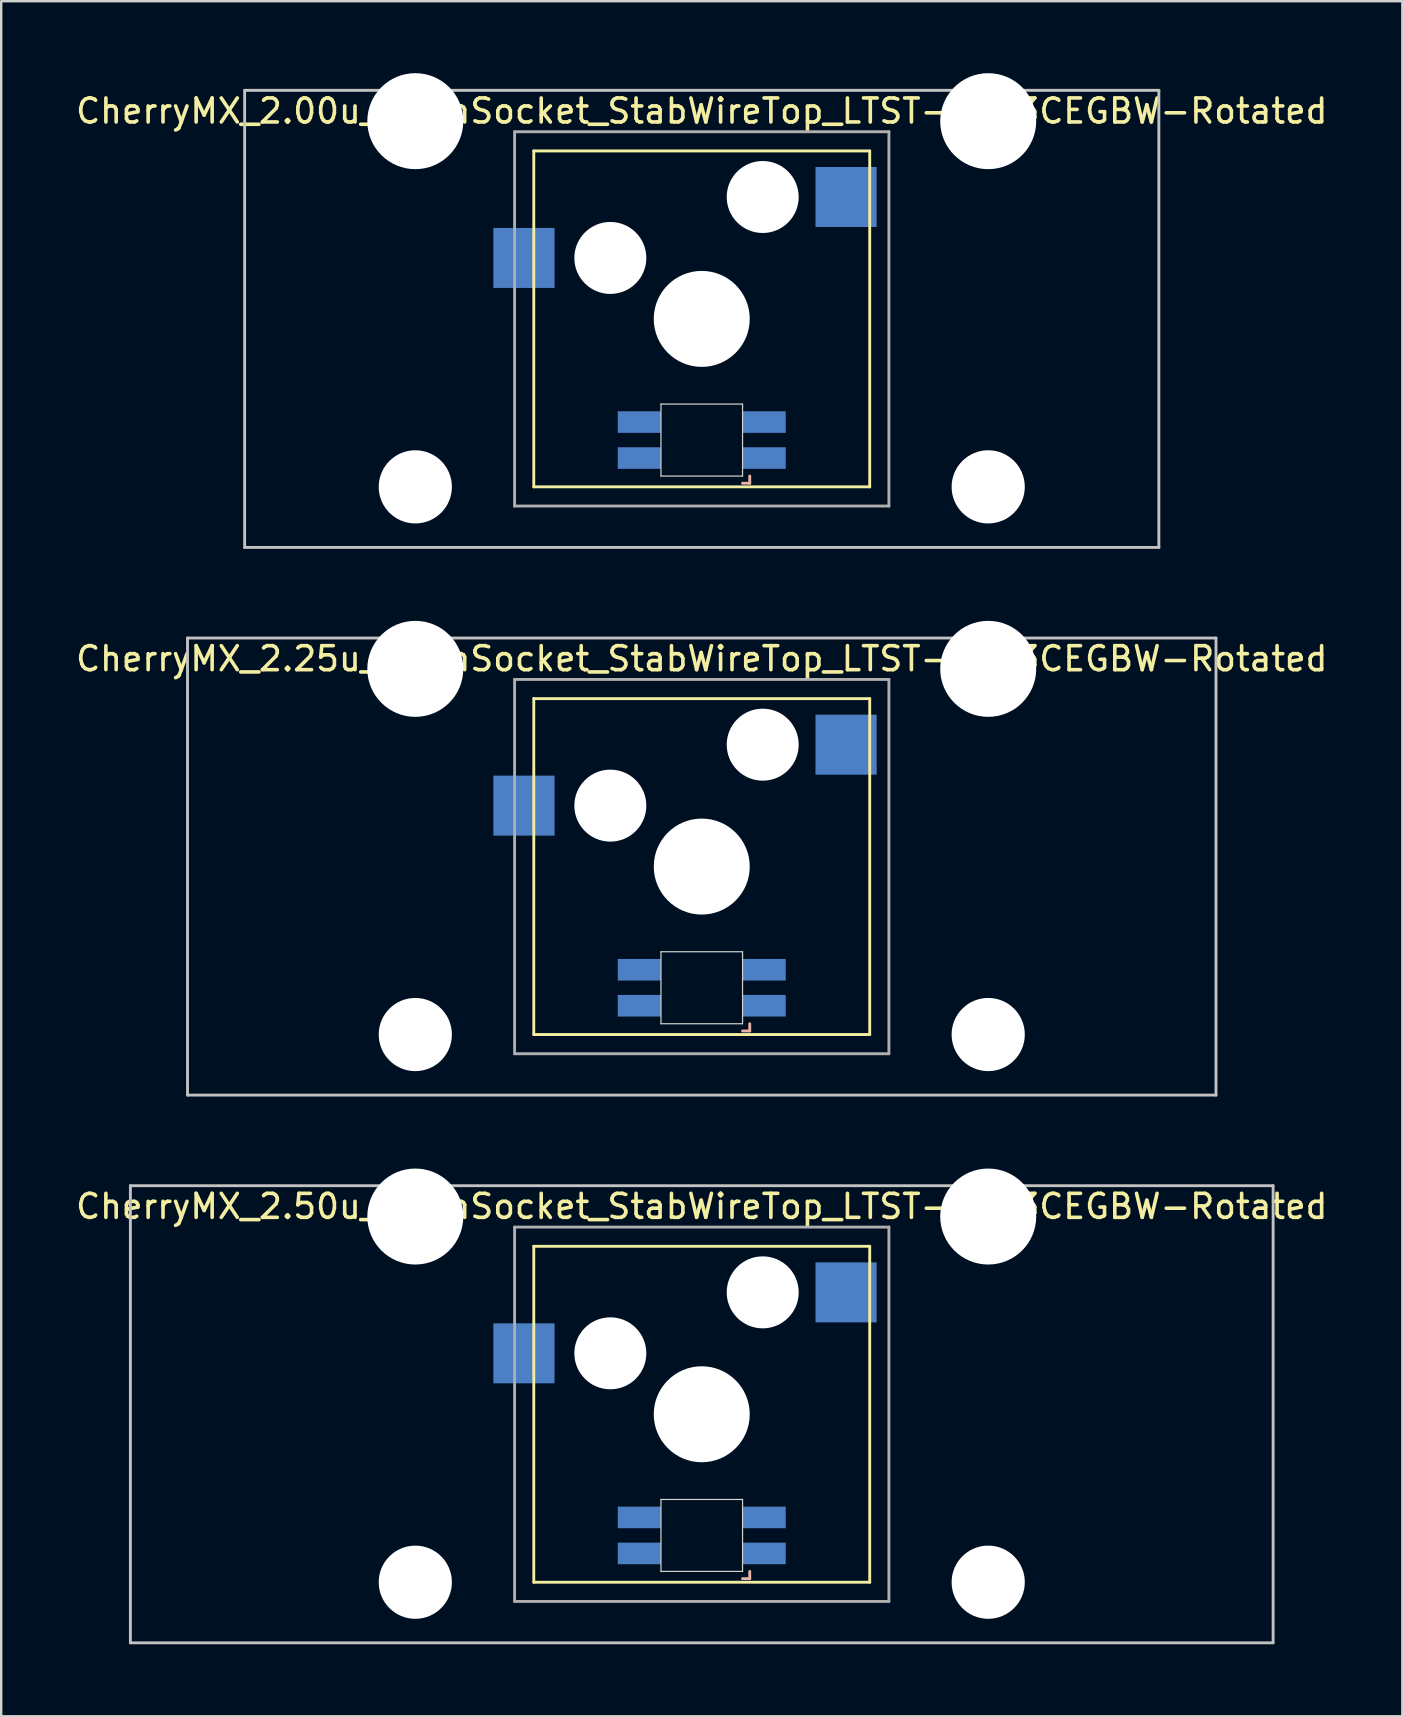
<source format=kicad_pcb>
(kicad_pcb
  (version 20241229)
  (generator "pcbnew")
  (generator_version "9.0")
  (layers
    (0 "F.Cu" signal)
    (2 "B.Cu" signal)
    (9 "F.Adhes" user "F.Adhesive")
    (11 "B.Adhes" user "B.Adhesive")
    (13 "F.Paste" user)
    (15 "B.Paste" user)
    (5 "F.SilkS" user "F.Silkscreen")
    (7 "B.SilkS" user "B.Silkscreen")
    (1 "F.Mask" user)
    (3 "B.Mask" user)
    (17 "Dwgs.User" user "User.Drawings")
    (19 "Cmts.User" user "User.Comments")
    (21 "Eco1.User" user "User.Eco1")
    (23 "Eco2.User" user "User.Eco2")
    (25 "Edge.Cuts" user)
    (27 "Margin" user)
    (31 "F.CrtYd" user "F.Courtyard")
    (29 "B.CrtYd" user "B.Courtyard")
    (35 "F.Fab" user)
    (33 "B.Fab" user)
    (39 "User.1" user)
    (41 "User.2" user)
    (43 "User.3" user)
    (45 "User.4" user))
  (footprint "CherryMX_2.25u_KailhSocket_StabWireTop_LTST-A683CEGBW-Rotated"
    (layer "F.Cu")
    (at 26.196 33.065)
    (property "Reference" "CherryMX_2.25u_KailhSocket_StabWireTop_LTST-A683CEGBW-Rotated" (at 0 -8.662 0) (layer "F.SilkS") (effects (font (size 1 1) (thickness 0.15))))
    (attr through_hole)
    (fp_line (start -7 -7) (end -7 7) (stroke (width 0.12) (type solid)) (layer "F.SilkS"))
    (fp_line (start -7 -7) (end 7 -7) (stroke (width 0.12) (type solid)) (layer "F.SilkS"))
    (fp_line (start 7 -7) (end 7 7) (stroke (width 0.12) (type solid)) (layer "F.SilkS"))
    (fp_line (start 7 7) (end -7 7) (stroke (width 0.12) (type solid)) (layer "F.SilkS"))
    (fp_line (start 1.7 6.85) (end 2 6.85) (stroke (width 0.12) (type solid)) (layer "B.SilkS"))
    (fp_line (start 2 6.85) (end 2 6.55) (stroke (width 0.12) (type solid)) (layer "B.SilkS"))
    (fp_line (start -21.431 -9.525) (end 21.431 -9.525) (stroke (width 0.12) (type solid)) (layer "Dwgs.User"))
    (fp_line (start -21.431 9.525) (end -21.431 -9.525) (stroke (width 0.12) (type solid)) (layer "Dwgs.User"))
    (fp_line (start 21.431 -9.525) (end 21.431 9.525) (stroke (width 0.12) (type solid)) (layer "Dwgs.User"))
    (fp_line (start 21.431 9.525) (end -21.431 9.525) (stroke (width 0.12) (type solid)) (layer "Dwgs.User"))
    (fp_line (start -1.7 3.55) (end 1.7 3.55) (stroke (width 0.05) (type solid)) (layer "Edge.Cuts"))
    (fp_line (start -1.7 6.55) (end -1.7 3.55) (stroke (width 0.05) (type solid)) (layer "Edge.Cuts"))
    (fp_line (start 1.7 3.55) (end 1.7 6.55) (stroke (width 0.05) (type solid)) (layer "Edge.Cuts"))
    (fp_line (start 1.7 6.55) (end -1.7 6.55) (stroke (width 0.05) (type solid)) (layer "Edge.Cuts"))
    (fp_line (start -7.8 -7.8) (end -7.8 7.8) (stroke (width 0.12) (type solid)) (layer "F.Fab"))
    (fp_line (start -7.8 -7.8) (end 7.8 -7.8) (stroke (width 0.12) (type solid)) (layer "F.Fab"))
    (fp_line (start -7.8 7.8) (end 7.8 7.8) (stroke (width 0.12) (type solid)) (layer "F.Fab"))
    (fp_line (start 7.8 -7.8) (end 7.8 7.8) (stroke (width 0.12) (type solid)) (layer "F.Fab"))
    (pad "" np_thru_hole circle (at -11.938 -8.24) (size 4 4) (drill 4) (layers "*.Cu" "*.Mask"))
    (pad "" np_thru_hole circle (at -11.938 7) (size 3.05 3.05) (drill 3.05) (layers "*.Cu" "*.Mask"))
    (pad "" np_thru_hole circle (at -3.81 -2.54) (size 3 3) (drill 3) (layers "*.Cu" "*.Mask"))
    (pad "" np_thru_hole circle (at 0 0) (size 4 4) (drill 4) (layers "*.Cu" "*.Mask"))
    (pad "" np_thru_hole circle (at 2.54 -5.08) (size 3 3) (drill 3) (layers "*.Cu" "*.Mask"))
    (pad "" np_thru_hole circle (at 11.938 -8.24) (size 4 4) (drill 4) (layers "*.Cu" "*.Mask"))
    (pad "" np_thru_hole circle (at 11.938 7) (size 3.05 3.05) (drill 3.05) (layers "*.Cu" "*.Mask"))
    (pad "1" smd rect (at -7.41 -2.54) (size 2.55 2.5) (layers "B.Cu" "B.Mask" "B.Paste"))
    (pad "2" smd rect (at 6.015 -5.08) (size 2.55 2.5) (layers "B.Cu" "B.Mask" "B.Paste"))
    (pad "3" smd rect (at 2.6 5.8) (size 1.8 0.9) (layers "B.Cu" "B.Mask" "B.Paste"))
    (pad "4" smd rect (at 2.6 4.3) (size 1.8 0.9) (layers "B.Cu" "B.Mask" "B.Paste"))
    (pad "5" smd rect (at -2.6 5.8) (size 1.8 0.9) (layers "B.Cu" "B.Mask" "B.Paste"))
    (pad "6" smd rect (at -2.6 4.3) (size 1.8 0.9) (layers "B.Cu" "B.Mask" "B.Paste")))
  (footprint "CherryMX_2.50u_KailhSocket_StabWireTop_LTST-A683CEGBW-Rotated"
    (layer "F.Cu")
    (at 26.196 55.89)
    (property "Reference" "CherryMX_2.50u_KailhSocket_StabWireTop_LTST-A683CEGBW-Rotated" (at 0 -8.662 0) (layer "F.SilkS") (effects (font (size 1 1) (thickness 0.15))))
    (attr through_hole)
    (fp_line (start -7 -7) (end -7 7) (stroke (width 0.12) (type solid)) (layer "F.SilkS"))
    (fp_line (start -7 -7) (end 7 -7) (stroke (width 0.12) (type solid)) (layer "F.SilkS"))
    (fp_line (start 7 -7) (end 7 7) (stroke (width 0.12) (type solid)) (layer "F.SilkS"))
    (fp_line (start 7 7) (end -7 7) (stroke (width 0.12) (type solid)) (layer "F.SilkS"))
    (fp_line (start 1.7 6.85) (end 2 6.85) (stroke (width 0.12) (type solid)) (layer "B.SilkS"))
    (fp_line (start 2 6.85) (end 2 6.55) (stroke (width 0.12) (type solid)) (layer "B.SilkS"))
    (fp_line (start -23.812 -9.525) (end 23.812 -9.525) (stroke (width 0.12) (type solid)) (layer "Dwgs.User"))
    (fp_line (start -23.812 9.525) (end -23.812 -9.525) (stroke (width 0.12) (type solid)) (layer "Dwgs.User"))
    (fp_line (start 23.812 -9.525) (end 23.812 9.525) (stroke (width 0.12) (type solid)) (layer "Dwgs.User"))
    (fp_line (start 23.812 9.525) (end -23.812 9.525) (stroke (width 0.12) (type solid)) (layer "Dwgs.User"))
    (fp_line (start -1.7 3.55) (end 1.7 3.55) (stroke (width 0.05) (type solid)) (layer "Edge.Cuts"))
    (fp_line (start -1.7 6.55) (end -1.7 3.55) (stroke (width 0.05) (type solid)) (layer "Edge.Cuts"))
    (fp_line (start 1.7 3.55) (end 1.7 6.55) (stroke (width 0.05) (type solid)) (layer "Edge.Cuts"))
    (fp_line (start 1.7 6.55) (end -1.7 6.55) (stroke (width 0.05) (type solid)) (layer "Edge.Cuts"))
    (fp_line (start -7.8 -7.8) (end -7.8 7.8) (stroke (width 0.12) (type solid)) (layer "F.Fab"))
    (fp_line (start -7.8 -7.8) (end 7.8 -7.8) (stroke (width 0.12) (type solid)) (layer "F.Fab"))
    (fp_line (start -7.8 7.8) (end 7.8 7.8) (stroke (width 0.12) (type solid)) (layer "F.Fab"))
    (fp_line (start 7.8 -7.8) (end 7.8 7.8) (stroke (width 0.12) (type solid)) (layer "F.Fab"))
    (pad "" np_thru_hole circle (at -11.938 -8.24) (size 4 4) (drill 4) (layers "*.Cu" "*.Mask"))
    (pad "" np_thru_hole circle (at -11.938 7) (size 3.05 3.05) (drill 3.05) (layers "*.Cu" "*.Mask"))
    (pad "" np_thru_hole circle (at -3.81 -2.54) (size 3 3) (drill 3) (layers "*.Cu" "*.Mask"))
    (pad "" np_thru_hole circle (at 0 0) (size 4 4) (drill 4) (layers "*.Cu" "*.Mask"))
    (pad "" np_thru_hole circle (at 2.54 -5.08) (size 3 3) (drill 3) (layers "*.Cu" "*.Mask"))
    (pad "" np_thru_hole circle (at 11.938 -8.24) (size 4 4) (drill 4) (layers "*.Cu" "*.Mask"))
    (pad "" np_thru_hole circle (at 11.938 7) (size 3.05 3.05) (drill 3.05) (layers "*.Cu" "*.Mask"))
    (pad "1" smd rect (at -7.41 -2.54) (size 2.55 2.5) (layers "B.Cu" "B.Mask" "B.Paste"))
    (pad "2" smd rect (at 6.015 -5.08) (size 2.55 2.5) (layers "B.Cu" "B.Mask" "B.Paste"))
    (pad "3" smd rect (at 2.6 5.8) (size 1.8 0.9) (layers "B.Cu" "B.Mask" "B.Paste"))
    (pad "4" smd rect (at 2.6 4.3) (size 1.8 0.9) (layers "B.Cu" "B.Mask" "B.Paste"))
    (pad "5" smd rect (at -2.6 5.8) (size 1.8 0.9) (layers "B.Cu" "B.Mask" "B.Paste"))
    (pad "6" smd rect (at -2.6 4.3) (size 1.8 0.9) (layers "B.Cu" "B.Mask" "B.Paste")))
  (footprint "CherryMX_2.00u_KailhSocket_StabWireTop_LTST-A683CEGBW-Rotated"
    (layer "F.Cu")
    (at 26.196 10.24)
    (property "Reference" "CherryMX_2.00u_KailhSocket_StabWireTop_LTST-A683CEGBW-Rotated" (at 0 -8.662 0) (layer "F.SilkS") (effects (font (size 1 1) (thickness 0.15))))
    (attr through_hole)
    (fp_line (start -7 -7) (end -7 7) (stroke (width 0.12) (type solid)) (layer "F.SilkS"))
    (fp_line (start -7 -7) (end 7 -7) (stroke (width 0.12) (type solid)) (layer "F.SilkS"))
    (fp_line (start 7 -7) (end 7 7) (stroke (width 0.12) (type solid)) (layer "F.SilkS"))
    (fp_line (start 7 7) (end -7 7) (stroke (width 0.12) (type solid)) (layer "F.SilkS"))
    (fp_line (start 1.7 6.85) (end 2 6.85) (stroke (width 0.12) (type solid)) (layer "B.SilkS"))
    (fp_line (start 2 6.85) (end 2 6.55) (stroke (width 0.12) (type solid)) (layer "B.SilkS"))
    (fp_line (start -19.05 -9.525) (end 19.05 -9.525) (stroke (width 0.12) (type solid)) (layer "Dwgs.User"))
    (fp_line (start -19.05 9.525) (end -19.05 -9.525) (stroke (width 0.12) (type solid)) (layer "Dwgs.User"))
    (fp_line (start 19.05 -9.525) (end 19.05 9.525) (stroke (width 0.12) (type solid)) (layer "Dwgs.User"))
    (fp_line (start 19.05 9.525) (end -19.05 9.525) (stroke (width 0.12) (type solid)) (layer "Dwgs.User"))
    (fp_line (start -1.7 3.55) (end 1.7 3.55) (stroke (width 0.05) (type solid)) (layer "Edge.Cuts"))
    (fp_line (start -1.7 6.55) (end -1.7 3.55) (stroke (width 0.05) (type solid)) (layer "Edge.Cuts"))
    (fp_line (start 1.7 3.55) (end 1.7 6.55) (stroke (width 0.05) (type solid)) (layer "Edge.Cuts"))
    (fp_line (start 1.7 6.55) (end -1.7 6.55) (stroke (width 0.05) (type solid)) (layer "Edge.Cuts"))
    (fp_line (start -7.8 -7.8) (end -7.8 7.8) (stroke (width 0.12) (type solid)) (layer "F.Fab"))
    (fp_line (start -7.8 -7.8) (end 7.8 -7.8) (stroke (width 0.12) (type solid)) (layer "F.Fab"))
    (fp_line (start -7.8 7.8) (end 7.8 7.8) (stroke (width 0.12) (type solid)) (layer "F.Fab"))
    (fp_line (start 7.8 -7.8) (end 7.8 7.8) (stroke (width 0.12) (type solid)) (layer "F.Fab"))
    (pad "" np_thru_hole circle (at -11.938 -8.24) (size 4 4) (drill 4) (layers "*.Cu" "*.Mask"))
    (pad "" np_thru_hole circle (at -11.938 7) (size 3.05 3.05) (drill 3.05) (layers "*.Cu" "*.Mask"))
    (pad "" np_thru_hole circle (at -3.81 -2.54) (size 3 3) (drill 3) (layers "*.Cu" "*.Mask"))
    (pad "" np_thru_hole circle (at 0 0) (size 4 4) (drill 4) (layers "*.Cu" "*.Mask"))
    (pad "" np_thru_hole circle (at 2.54 -5.08) (size 3 3) (drill 3) (layers "*.Cu" "*.Mask"))
    (pad "" np_thru_hole circle (at 11.938 -8.24) (size 4 4) (drill 4) (layers "*.Cu" "*.Mask"))
    (pad "" np_thru_hole circle (at 11.938 7) (size 3.05 3.05) (drill 3.05) (layers "*.Cu" "*.Mask"))
    (pad "1" smd rect (at -7.41 -2.54) (size 2.55 2.5) (layers "B.Cu" "B.Mask" "B.Paste"))
    (pad "2" smd rect (at 6.015 -5.08) (size 2.55 2.5) (layers "B.Cu" "B.Mask" "B.Paste"))
    (pad "3" smd rect (at 2.6 5.8) (size 1.8 0.9) (layers "B.Cu" "B.Mask" "B.Paste"))
    (pad "4" smd rect (at 2.6 4.3) (size 1.8 0.9) (layers "B.Cu" "B.Mask" "B.Paste"))
    (pad "5" smd rect (at -2.6 5.8) (size 1.8 0.9) (layers "B.Cu" "B.Mask" "B.Paste"))
    (pad "6" smd rect (at -2.6 4.3) (size 1.8 0.9) (layers "B.Cu" "B.Mask" "B.Paste")))
  (gr_rect
    (start -3 -3)
    (end 55.393 68.475)
    (stroke (width 0.1) (type default))
    (fill no)
    (layer "Edge.Cuts")))
</source>
